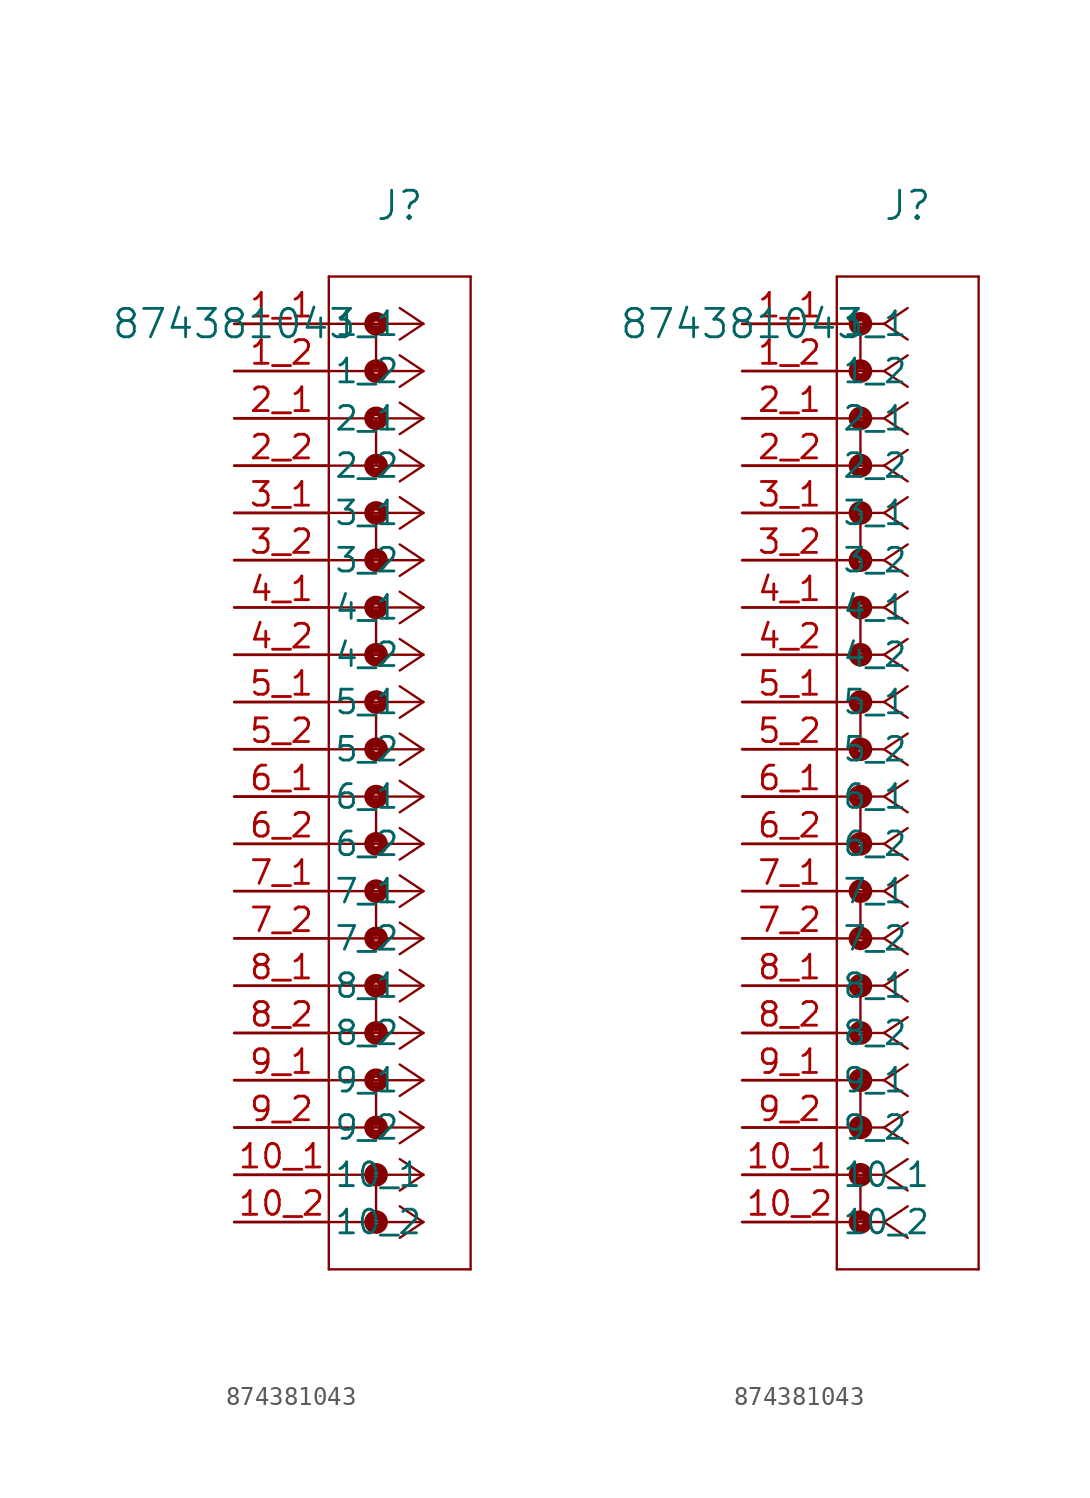
<source format=kicad_sym>
(kicad_symbol_lib
  (version 20211014)
  (generator kicad_symbol_editor)
  (symbol "874381043"
    (pin_names
      (offset 0.254))
    (property "Reference" "J"
      (at 8.89 6.35 0)
      (effects (font (size 1.524 1.524))))
    (property "Value" "874381043"
      (at 0 0 0)
      (effects (font (size 1.524 1.524))))
    (symbol "874381043_1_1"
      (polyline (pts (xy 10.16 0) (xy 5.08 0)) (stroke (width 0.127) (type default) (color 0 0 0 0)) (fill (type none)))
      (polyline (pts (xy 10.16 -2.54) (xy 5.08 -2.54)) (stroke (width 0.127) (type default) (color 0 0 0 0)) (fill (type none)))
      (polyline (pts (xy 10.16 -5.08) (xy 5.08 -5.08)) (stroke (width 0.127) (type default) (color 0 0 0 0)) (fill (type none)))
      (polyline (pts (xy 10.16 -7.62) (xy 5.08 -7.62)) (stroke (width 0.127) (type default) (color 0 0 0 0)) (fill (type none)))
      (polyline (pts (xy 10.16 -10.16) (xy 5.08 -10.16)) (stroke (width 0.127) (type default) (color 0 0 0 0)) (fill (type none)))
      (polyline (pts (xy 10.16 -12.7) (xy 5.08 -12.7)) (stroke (width 0.127) (type default) (color 0 0 0 0)) (fill (type none)))
      (polyline (pts (xy 10.16 -15.24) (xy 5.08 -15.24)) (stroke (width 0.127) (type default) (color 0 0 0 0)) (fill (type none)))
      (polyline (pts (xy 10.16 -17.78) (xy 5.08 -17.78)) (stroke (width 0.127) (type default) (color 0 0 0 0)) (fill (type none)))
      (polyline (pts (xy 10.16 -20.32) (xy 5.08 -20.32)) (stroke (width 0.127) (type default) (color 0 0 0 0)) (fill (type none)))
      (polyline (pts (xy 10.16 -22.86) (xy 5.08 -22.86)) (stroke (width 0.127) (type default) (color 0 0 0 0)) (fill (type none)))
      (polyline (pts (xy 10.16 -25.4) (xy 5.08 -25.4)) (stroke (width 0.127) (type default) (color 0 0 0 0)) (fill (type none)))
      (polyline (pts (xy 10.16 -27.94) (xy 5.08 -27.94)) (stroke (width 0.127) (type default) (color 0 0 0 0)) (fill (type none)))
      (polyline (pts (xy 10.16 -30.48) (xy 5.08 -30.48)) (stroke (width 0.127) (type default) (color 0 0 0 0)) (fill (type none)))
      (polyline (pts (xy 10.16 -33.02) (xy 5.08 -33.02)) (stroke (width 0.127) (type default) (color 0 0 0 0)) (fill (type none)))
      (polyline (pts (xy 10.16 -35.56) (xy 5.08 -35.56)) (stroke (width 0.127) (type default) (color 0 0 0 0)) (fill (type none)))
      (polyline (pts (xy 10.16 -38.1) (xy 5.08 -38.1)) (stroke (width 0.127) (type default) (color 0 0 0 0)) (fill (type none)))
      (polyline (pts (xy 10.16 -40.64) (xy 5.08 -40.64)) (stroke (width 0.127) (type default) (color 0 0 0 0)) (fill (type none)))
      (polyline (pts (xy 10.16 -43.18) (xy 5.08 -43.18)) (stroke (width 0.127) (type default) (color 0 0 0 0)) (fill (type none)))
      (polyline (pts (xy 10.16 -45.72) (xy 5.08 -45.72)) (stroke (width 0.127) (type default) (color 0 0 0 0)) (fill (type none)))
      (polyline (pts (xy 10.16 -48.26) (xy 5.08 -48.26)) (stroke (width 0.127) (type default) (color 0 0 0 0)) (fill (type none)))
      (polyline (pts (xy 10.16 0) (xy 8.89 0.847)) (stroke (width 0.127) (type default) (color 0 0 0 0)) (fill (type none)))
      (polyline (pts (xy 10.16 -2.54) (xy 8.89 -1.693)) (stroke (width 0.127) (type default) (color 0 0 0 0)) (fill (type none)))
      (polyline (pts (xy 10.16 -5.08) (xy 8.89 -4.233)) (stroke (width 0.127) (type default) (color 0 0 0 0)) (fill (type none)))
      (polyline (pts (xy 10.16 -7.62) (xy 8.89 -6.773)) (stroke (width 0.127) (type default) (color 0 0 0 0)) (fill (type none)))
      (polyline (pts (xy 10.16 -10.16) (xy 8.89 -9.313)) (stroke (width 0.127) (type default) (color 0 0 0 0)) (fill (type none)))
      (polyline (pts (xy 10.16 -12.7) (xy 8.89 -11.853)) (stroke (width 0.127) (type default) (color 0 0 0 0)) (fill (type none)))
      (polyline (pts (xy 10.16 -15.24) (xy 8.89 -14.393)) (stroke (width 0.127) (type default) (color 0 0 0 0)) (fill (type none)))
      (polyline (pts (xy 10.16 -17.78) (xy 8.89 -16.933)) (stroke (width 0.127) (type default) (color 0 0 0 0)) (fill (type none)))
      (polyline (pts (xy 10.16 -20.32) (xy 8.89 -19.473)) (stroke (width 0.127) (type default) (color 0 0 0 0)) (fill (type none)))
      (polyline (pts (xy 10.16 -22.86) (xy 8.89 -22.013)) (stroke (width 0.127) (type default) (color 0 0 0 0)) (fill (type none)))
      (polyline (pts (xy 10.16 -25.4) (xy 8.89 -24.553)) (stroke (width 0.127) (type default) (color 0 0 0 0)) (fill (type none)))
      (polyline (pts (xy 10.16 -27.94) (xy 8.89 -27.093)) (stroke (width 0.127) (type default) (color 0 0 0 0)) (fill (type none)))
      (polyline (pts (xy 10.16 -30.48) (xy 8.89 -29.633)) (stroke (width 0.127) (type default) (color 0 0 0 0)) (fill (type none)))
      (polyline (pts (xy 10.16 -33.02) (xy 8.89 -32.173)) (stroke (width 0.127) (type default) (color 0 0 0 0)) (fill (type none)))
      (polyline (pts (xy 10.16 -35.56) (xy 8.89 -34.713)) (stroke (width 0.127) (type default) (color 0 0 0 0)) (fill (type none)))
      (polyline (pts (xy 10.16 -38.1) (xy 8.89 -37.253)) (stroke (width 0.127) (type default) (color 0 0 0 0)) (fill (type none)))
      (polyline (pts (xy 10.16 -40.64) (xy 8.89 -39.793)) (stroke (width 0.127) (type default) (color 0 0 0 0)) (fill (type none)))
      (polyline (pts (xy 10.16 -43.18) (xy 8.89 -42.333)) (stroke (width 0.127) (type default) (color 0 0 0 0)) (fill (type none)))
      (polyline (pts (xy 10.16 -45.72) (xy 8.89 -44.873)) (stroke (width 0.127) (type default) (color 0 0 0 0)) (fill (type none)))
      (polyline (pts (xy 10.16 -48.26) (xy 8.89 -47.413)) (stroke (width 0.127) (type default) (color 0 0 0 0)) (fill (type none)))
      (polyline (pts (xy 10.16 0) (xy 8.89 -0.847)) (stroke (width 0.127) (type default) (color 0 0 0 0)) (fill (type none)))
      (polyline (pts (xy 10.16 -2.54) (xy 8.89 -3.387)) (stroke (width 0.127) (type default) (color 0 0 0 0)) (fill (type none)))
      (polyline (pts (xy 10.16 -5.08) (xy 8.89 -5.927)) (stroke (width 0.127) (type default) (color 0 0 0 0)) (fill (type none)))
      (polyline (pts (xy 10.16 -7.62) (xy 8.89 -8.467)) (stroke (width 0.127) (type default) (color 0 0 0 0)) (fill (type none)))
      (polyline (pts (xy 10.16 -10.16) (xy 8.89 -11.007)) (stroke (width 0.127) (type default) (color 0 0 0 0)) (fill (type none)))
      (polyline (pts (xy 10.16 -12.7) (xy 8.89 -13.547)) (stroke (width 0.127) (type default) (color 0 0 0 0)) (fill (type none)))
      (polyline (pts (xy 10.16 -15.24) (xy 8.89 -16.087)) (stroke (width 0.127) (type default) (color 0 0 0 0)) (fill (type none)))
      (polyline (pts (xy 10.16 -17.78) (xy 8.89 -18.627)) (stroke (width 0.127) (type default) (color 0 0 0 0)) (fill (type none)))
      (polyline (pts (xy 10.16 -20.32) (xy 8.89 -21.167)) (stroke (width 0.127) (type default) (color 0 0 0 0)) (fill (type none)))
      (polyline (pts (xy 10.16 -22.86) (xy 8.89 -23.707)) (stroke (width 0.127) (type default) (color 0 0 0 0)) (fill (type none)))
      (polyline (pts (xy 10.16 -25.4) (xy 8.89 -26.247)) (stroke (width 0.127) (type default) (color 0 0 0 0)) (fill (type none)))
      (polyline (pts (xy 10.16 -27.94) (xy 8.89 -28.787)) (stroke (width 0.127) (type default) (color 0 0 0 0)) (fill (type none)))
      (polyline (pts (xy 10.16 -30.48) (xy 8.89 -31.327)) (stroke (width 0.127) (type default) (color 0 0 0 0)) (fill (type none)))
      (polyline (pts (xy 10.16 -33.02) (xy 8.89 -33.867)) (stroke (width 0.127) (type default) (color 0 0 0 0)) (fill (type none)))
      (polyline (pts (xy 10.16 -35.56) (xy 8.89 -36.407)) (stroke (width 0.127) (type default) (color 0 0 0 0)) (fill (type none)))
      (polyline (pts (xy 10.16 -38.1) (xy 8.89 -38.947)) (stroke (width 0.127) (type default) (color 0 0 0 0)) (fill (type none)))
      (polyline (pts (xy 10.16 -40.64) (xy 8.89 -41.487)) (stroke (width 0.127) (type default) (color 0 0 0 0)) (fill (type none)))
      (polyline (pts (xy 10.16 -43.18) (xy 8.89 -44.027)) (stroke (width 0.127) (type default) (color 0 0 0 0)) (fill (type none)))
      (polyline (pts (xy 10.16 -45.72) (xy 8.89 -46.567)) (stroke (width 0.127) (type default) (color 0 0 0 0)) (fill (type none)))
      (polyline (pts (xy 10.16 -48.26) (xy 8.89 -49.107)) (stroke (width 0.127) (type default) (color 0 0 0 0)) (fill (type none)))
      (polyline (pts (xy 5.08 2.54) (xy 5.08 -50.8)) (stroke (width 0.127) (type default) (color 0 0 0 0)) (fill (type none)))
      (polyline (pts (xy 5.08 -50.8) (xy 12.7 -50.8)) (stroke (width 0.127) (type default) (color 0 0 0 0)) (fill (type none)))
      (polyline (pts (xy 12.7 -50.8) (xy 12.7 2.54)) (stroke (width 0.127) (type default) (color 0 0 0 0)) (fill (type none)))
      (polyline (pts (xy 12.7 2.54) (xy 5.08 2.54)) (stroke (width 0.127) (type default) (color 0 0 0 0)) (fill (type none)))
      (circle (center 7.62 0) (radius 0.127) (stroke (width 0.508) (type default) (color 0 0 0 0)) (fill (type none)))
      (polyline (pts (xy 7.62 0) (xy 7.62 -2.54)) (stroke (width 0.127) (type default) (color 0 0 0 0)) (fill (type none)))
      (circle (center 7.62 -2.54) (radius 0.127) (stroke (width 0.508) (type default) (color 0 0 0 0)) (fill (type none)))
      (circle (center 7.62 -5.08) (radius 0.127) (stroke (width 0.508) (type default) (color 0 0 0 0)) (fill (type none)))
      (polyline (pts (xy 7.62 -5.08) (xy 7.62 -7.62)) (stroke (width 0.127) (type default) (color 0 0 0 0)) (fill (type none)))
      (circle (center 7.62 -7.62) (radius 0.127) (stroke (width 0.508) (type default) (color 0 0 0 0)) (fill (type none)))
      (circle (center 7.62 -10.16) (radius 0.127) (stroke (width 0.508) (type default) (color 0 0 0 0)) (fill (type none)))
      (polyline (pts (xy 7.62 -10.16) (xy 7.62 -12.7)) (stroke (width 0.127) (type default) (color 0 0 0 0)) (fill (type none)))
      (circle (center 7.62 -12.7) (radius 0.127) (stroke (width 0.508) (type default) (color 0 0 0 0)) (fill (type none)))
      (circle (center 7.62 -15.24) (radius 0.127) (stroke (width 0.508) (type default) (color 0 0 0 0)) (fill (type none)))
      (polyline (pts (xy 7.62 -15.24) (xy 7.62 -17.78)) (stroke (width 0.127) (type default) (color 0 0 0 0)) (fill (type none)))
      (circle (center 7.62 -17.78) (radius 0.127) (stroke (width 0.508) (type default) (color 0 0 0 0)) (fill (type none)))
      (circle (center 7.62 -20.32) (radius 0.127) (stroke (width 0.508) (type default) (color 0 0 0 0)) (fill (type none)))
      (polyline (pts (xy 7.62 -20.32) (xy 7.62 -22.86)) (stroke (width 0.127) (type default) (color 0 0 0 0)) (fill (type none)))
      (circle (center 7.62 -22.86) (radius 0.127) (stroke (width 0.508) (type default) (color 0 0 0 0)) (fill (type none)))
      (circle (center 7.62 -25.4) (radius 0.127) (stroke (width 0.508) (type default) (color 0 0 0 0)) (fill (type none)))
      (polyline (pts (xy 7.62 -25.4) (xy 7.62 -27.94)) (stroke (width 0.127) (type default) (color 0 0 0 0)) (fill (type none)))
      (circle (center 7.62 -27.94) (radius 0.127) (stroke (width 0.508) (type default) (color 0 0 0 0)) (fill (type none)))
      (circle (center 7.62 -30.48) (radius 0.127) (stroke (width 0.508) (type default) (color 0 0 0 0)) (fill (type none)))
      (polyline (pts (xy 7.62 -30.48) (xy 7.62 -33.02)) (stroke (width 0.127) (type default) (color 0 0 0 0)) (fill (type none)))
      (circle (center 7.62 -33.02) (radius 0.127) (stroke (width 0.508) (type default) (color 0 0 0 0)) (fill (type none)))
      (circle (center 7.62 -35.56) (radius 0.127) (stroke (width 0.508) (type default) (color 0 0 0 0)) (fill (type none)))
      (polyline (pts (xy 7.62 -35.56) (xy 7.62 -38.1)) (stroke (width 0.127) (type default) (color 0 0 0 0)) (fill (type none)))
      (circle (center 7.62 -38.1) (radius 0.127) (stroke (width 0.508) (type default) (color 0 0 0 0)) (fill (type none)))
      (circle (center 7.62 -40.64) (radius 0.127) (stroke (width 0.508) (type default) (color 0 0 0 0)) (fill (type none)))
      (polyline (pts (xy 7.62 -40.64) (xy 7.62 -43.18)) (stroke (width 0.127) (type default) (color 0 0 0 0)) (fill (type none)))
      (circle (center 7.62 -43.18) (radius 0.127) (stroke (width 0.508) (type default) (color 0 0 0 0)) (fill (type none)))
      (circle (center 7.62 -45.72) (radius 0.127) (stroke (width 0.508) (type default) (color 0 0 0 0)) (fill (type none)))
      (polyline (pts (xy 7.62 -45.72) (xy 7.62 -48.26)) (stroke (width 0.127) (type default) (color 0 0 0 0)) (fill (type none)))
      (circle (center 7.62 -48.26) (radius 0.127) (stroke (width 0.508) (type default) (color 0 0 0 0)) (fill (type none)))
      (pin unspecified line (at 0 0 0) (length 5.08) (name "1_1" (effects (font (size 1.27 1.27)))) (number "1_1" (effects (font (size 1.27 1.27)))))
      (pin unspecified line (at 0 -2.54 0) (length 5.08) (name "1_2" (effects (font (size 1.27 1.27)))) (number "1_2" (effects (font (size 1.27 1.27)))))
      (pin unspecified line (at 0 -5.08 0) (length 5.08) (name "2_1" (effects (font (size 1.27 1.27)))) (number "2_1" (effects (font (size 1.27 1.27)))))
      (pin unspecified line (at 0 -7.62 0) (length 5.08) (name "2_2" (effects (font (size 1.27 1.27)))) (number "2_2" (effects (font (size 1.27 1.27)))))
      (pin unspecified line (at 0 -10.16 0) (length 5.08) (name "3_1" (effects (font (size 1.27 1.27)))) (number "3_1" (effects (font (size 1.27 1.27)))))
      (pin unspecified line (at 0 -12.7 0) (length 5.08) (name "3_2" (effects (font (size 1.27 1.27)))) (number "3_2" (effects (font (size 1.27 1.27)))))
      (pin unspecified line (at 0 -15.24 0) (length 5.08) (name "4_1" (effects (font (size 1.27 1.27)))) (number "4_1" (effects (font (size 1.27 1.27)))))
      (pin unspecified line (at 0 -17.78 0) (length 5.08) (name "4_2" (effects (font (size 1.27 1.27)))) (number "4_2" (effects (font (size 1.27 1.27)))))
      (pin unspecified line (at 0 -20.32 0) (length 5.08) (name "5_1" (effects (font (size 1.27 1.27)))) (number "5_1" (effects (font (size 1.27 1.27)))))
      (pin unspecified line (at 0 -22.86 0) (length 5.08) (name "5_2" (effects (font (size 1.27 1.27)))) (number "5_2" (effects (font (size 1.27 1.27)))))
      (pin unspecified line (at 0 -25.4 0) (length 5.08) (name "6_1" (effects (font (size 1.27 1.27)))) (number "6_1" (effects (font (size 1.27 1.27)))))
      (pin unspecified line (at 0 -27.94 0) (length 5.08) (name "6_2" (effects (font (size 1.27 1.27)))) (number "6_2" (effects (font (size 1.27 1.27)))))
      (pin unspecified line (at 0 -30.48 0) (length 5.08) (name "7_1" (effects (font (size 1.27 1.27)))) (number "7_1" (effects (font (size 1.27 1.27)))))
      (pin unspecified line (at 0 -33.02 0) (length 5.08) (name "7_2" (effects (font (size 1.27 1.27)))) (number "7_2" (effects (font (size 1.27 1.27)))))
      (pin unspecified line (at 0 -35.56 0) (length 5.08) (name "8_1" (effects (font (size 1.27 1.27)))) (number "8_1" (effects (font (size 1.27 1.27)))))
      (pin unspecified line (at 0 -38.1 0) (length 5.08) (name "8_2" (effects (font (size 1.27 1.27)))) (number "8_2" (effects (font (size 1.27 1.27)))))
      (pin unspecified line (at 0 -40.64 0) (length 5.08) (name "9_1" (effects (font (size 1.27 1.27)))) (number "9_1" (effects (font (size 1.27 1.27)))))
      (pin unspecified line (at 0 -43.18 0) (length 5.08) (name "9_2" (effects (font (size 1.27 1.27)))) (number "9_2" (effects (font (size 1.27 1.27)))))
      (pin unspecified line (at 0 -45.72 0) (length 5.08) (name "10_1" (effects (font (size 1.27 1.27)))) (number "10_1" (effects (font (size 1.27 1.27)))))
      (pin unspecified line (at 0 -48.26 0) (length 5.08) (name "10_2" (effects (font (size 1.27 1.27)))) (number "10_2" (effects (font (size 1.27 1.27))))))
    (symbol "874381043_1_2"
      (polyline (pts (xy 7.62 0) (xy 5.08 0)) (stroke (width 0.127) (type default) (color 0 0 0 0)) (fill (type none)))
      (polyline (pts (xy 7.62 -2.54) (xy 5.08 -2.54)) (stroke (width 0.127) (type default) (color 0 0 0 0)) (fill (type none)))
      (polyline (pts (xy 7.62 -5.08) (xy 5.08 -5.08)) (stroke (width 0.127) (type default) (color 0 0 0 0)) (fill (type none)))
      (polyline (pts (xy 7.62 -7.62) (xy 5.08 -7.62)) (stroke (width 0.127) (type default) (color 0 0 0 0)) (fill (type none)))
      (polyline (pts (xy 7.62 -10.16) (xy 5.08 -10.16)) (stroke (width 0.127) (type default) (color 0 0 0 0)) (fill (type none)))
      (polyline (pts (xy 7.62 -12.7) (xy 5.08 -12.7)) (stroke (width 0.127) (type default) (color 0 0 0 0)) (fill (type none)))
      (polyline (pts (xy 7.62 -15.24) (xy 5.08 -15.24)) (stroke (width 0.127) (type default) (color 0 0 0 0)) (fill (type none)))
      (polyline (pts (xy 7.62 -17.78) (xy 5.08 -17.78)) (stroke (width 0.127) (type default) (color 0 0 0 0)) (fill (type none)))
      (polyline (pts (xy 7.62 -20.32) (xy 5.08 -20.32)) (stroke (width 0.127) (type default) (color 0 0 0 0)) (fill (type none)))
      (polyline (pts (xy 7.62 -22.86) (xy 5.08 -22.86)) (stroke (width 0.127) (type default) (color 0 0 0 0)) (fill (type none)))
      (polyline (pts (xy 7.62 -25.4) (xy 5.08 -25.4)) (stroke (width 0.127) (type default) (color 0 0 0 0)) (fill (type none)))
      (polyline (pts (xy 7.62 -27.94) (xy 5.08 -27.94)) (stroke (width 0.127) (type default) (color 0 0 0 0)) (fill (type none)))
      (polyline (pts (xy 7.62 -30.48) (xy 5.08 -30.48)) (stroke (width 0.127) (type default) (color 0 0 0 0)) (fill (type none)))
      (polyline (pts (xy 7.62 -33.02) (xy 5.08 -33.02)) (stroke (width 0.127) (type default) (color 0 0 0 0)) (fill (type none)))
      (polyline (pts (xy 7.62 -35.56) (xy 5.08 -35.56)) (stroke (width 0.127) (type default) (color 0 0 0 0)) (fill (type none)))
      (polyline (pts (xy 7.62 -38.1) (xy 5.08 -38.1)) (stroke (width 0.127) (type default) (color 0 0 0 0)) (fill (type none)))
      (polyline (pts (xy 7.62 -40.64) (xy 5.08 -40.64)) (stroke (width 0.127) (type default) (color 0 0 0 0)) (fill (type none)))
      (polyline (pts (xy 7.62 -43.18) (xy 5.08 -43.18)) (stroke (width 0.127) (type default) (color 0 0 0 0)) (fill (type none)))
      (polyline (pts (xy 7.62 -45.72) (xy 5.08 -45.72)) (stroke (width 0.127) (type default) (color 0 0 0 0)) (fill (type none)))
      (polyline (pts (xy 7.62 -48.26) (xy 5.08 -48.26)) (stroke (width 0.127) (type default) (color 0 0 0 0)) (fill (type none)))
      (polyline (pts (xy 7.62 0) (xy 8.89 0.847)) (stroke (width 0.127) (type default) (color 0 0 0 0)) (fill (type none)))
      (polyline (pts (xy 7.62 -2.54) (xy 8.89 -1.693)) (stroke (width 0.127) (type default) (color 0 0 0 0)) (fill (type none)))
      (polyline (pts (xy 7.62 -5.08) (xy 8.89 -4.233)) (stroke (width 0.127) (type default) (color 0 0 0 0)) (fill (type none)))
      (polyline (pts (xy 7.62 -7.62) (xy 8.89 -6.773)) (stroke (width 0.127) (type default) (color 0 0 0 0)) (fill (type none)))
      (polyline (pts (xy 7.62 -10.16) (xy 8.89 -9.313)) (stroke (width 0.127) (type default) (color 0 0 0 0)) (fill (type none)))
      (polyline (pts (xy 7.62 -12.7) (xy 8.89 -11.853)) (stroke (width 0.127) (type default) (color 0 0 0 0)) (fill (type none)))
      (polyline (pts (xy 7.62 -15.24) (xy 8.89 -14.393)) (stroke (width 0.127) (type default) (color 0 0 0 0)) (fill (type none)))
      (polyline (pts (xy 7.62 -17.78) (xy 8.89 -16.933)) (stroke (width 0.127) (type default) (color 0 0 0 0)) (fill (type none)))
      (polyline (pts (xy 7.62 -20.32) (xy 8.89 -19.473)) (stroke (width 0.127) (type default) (color 0 0 0 0)) (fill (type none)))
      (polyline (pts (xy 7.62 -22.86) (xy 8.89 -22.013)) (stroke (width 0.127) (type default) (color 0 0 0 0)) (fill (type none)))
      (polyline (pts (xy 7.62 -25.4) (xy 8.89 -24.553)) (stroke (width 0.127) (type default) (color 0 0 0 0)) (fill (type none)))
      (polyline (pts (xy 7.62 -27.94) (xy 8.89 -27.093)) (stroke (width 0.127) (type default) (color 0 0 0 0)) (fill (type none)))
      (polyline (pts (xy 7.62 -30.48) (xy 8.89 -29.633)) (stroke (width 0.127) (type default) (color 0 0 0 0)) (fill (type none)))
      (polyline (pts (xy 7.62 -33.02) (xy 8.89 -32.173)) (stroke (width 0.127) (type default) (color 0 0 0 0)) (fill (type none)))
      (polyline (pts (xy 7.62 -35.56) (xy 8.89 -34.713)) (stroke (width 0.127) (type default) (color 0 0 0 0)) (fill (type none)))
      (polyline (pts (xy 7.62 -38.1) (xy 8.89 -37.253)) (stroke (width 0.127) (type default) (color 0 0 0 0)) (fill (type none)))
      (polyline (pts (xy 7.62 -40.64) (xy 8.89 -39.793)) (stroke (width 0.127) (type default) (color 0 0 0 0)) (fill (type none)))
      (polyline (pts (xy 7.62 -43.18) (xy 8.89 -42.333)) (stroke (width 0.127) (type default) (color 0 0 0 0)) (fill (type none)))
      (polyline (pts (xy 7.62 -45.72) (xy 8.89 -44.873)) (stroke (width 0.127) (type default) (color 0 0 0 0)) (fill (type none)))
      (polyline (pts (xy 7.62 -48.26) (xy 8.89 -47.413)) (stroke (width 0.127) (type default) (color 0 0 0 0)) (fill (type none)))
      (polyline (pts (xy 7.62 0) (xy 8.89 -0.847)) (stroke (width 0.127) (type default) (color 0 0 0 0)) (fill (type none)))
      (polyline (pts (xy 7.62 -2.54) (xy 8.89 -3.387)) (stroke (width 0.127) (type default) (color 0 0 0 0)) (fill (type none)))
      (polyline (pts (xy 7.62 -5.08) (xy 8.89 -5.927)) (stroke (width 0.127) (type default) (color 0 0 0 0)) (fill (type none)))
      (polyline (pts (xy 7.62 -7.62) (xy 8.89 -8.467)) (stroke (width 0.127) (type default) (color 0 0 0 0)) (fill (type none)))
      (polyline (pts (xy 7.62 -10.16) (xy 8.89 -11.007)) (stroke (width 0.127) (type default) (color 0 0 0 0)) (fill (type none)))
      (polyline (pts (xy 7.62 -12.7) (xy 8.89 -13.547)) (stroke (width 0.127) (type default) (color 0 0 0 0)) (fill (type none)))
      (polyline (pts (xy 7.62 -15.24) (xy 8.89 -16.087)) (stroke (width 0.127) (type default) (color 0 0 0 0)) (fill (type none)))
      (polyline (pts (xy 7.62 -17.78) (xy 8.89 -18.627)) (stroke (width 0.127) (type default) (color 0 0 0 0)) (fill (type none)))
      (polyline (pts (xy 7.62 -20.32) (xy 8.89 -21.167)) (stroke (width 0.127) (type default) (color 0 0 0 0)) (fill (type none)))
      (polyline (pts (xy 7.62 -22.86) (xy 8.89 -23.707)) (stroke (width 0.127) (type default) (color 0 0 0 0)) (fill (type none)))
      (polyline (pts (xy 7.62 -25.4) (xy 8.89 -26.247)) (stroke (width 0.127) (type default) (color 0 0 0 0)) (fill (type none)))
      (polyline (pts (xy 7.62 -27.94) (xy 8.89 -28.787)) (stroke (width 0.127) (type default) (color 0 0 0 0)) (fill (type none)))
      (polyline (pts (xy 7.62 -30.48) (xy 8.89 -31.327)) (stroke (width 0.127) (type default) (color 0 0 0 0)) (fill (type none)))
      (polyline (pts (xy 7.62 -33.02) (xy 8.89 -33.867)) (stroke (width 0.127) (type default) (color 0 0 0 0)) (fill (type none)))
      (polyline (pts (xy 7.62 -35.56) (xy 8.89 -36.407)) (stroke (width 0.127) (type default) (color 0 0 0 0)) (fill (type none)))
      (polyline (pts (xy 7.62 -38.1) (xy 8.89 -38.947)) (stroke (width 0.127) (type default) (color 0 0 0 0)) (fill (type none)))
      (polyline (pts (xy 7.62 -40.64) (xy 8.89 -41.487)) (stroke (width 0.127) (type default) (color 0 0 0 0)) (fill (type none)))
      (polyline (pts (xy 7.62 -43.18) (xy 8.89 -44.027)) (stroke (width 0.127) (type default) (color 0 0 0 0)) (fill (type none)))
      (polyline (pts (xy 7.62 -45.72) (xy 8.89 -46.567)) (stroke (width 0.127) (type default) (color 0 0 0 0)) (fill (type none)))
      (polyline (pts (xy 7.62 -48.26) (xy 8.89 -49.107)) (stroke (width 0.127) (type default) (color 0 0 0 0)) (fill (type none)))
      (polyline (pts (xy 5.08 2.54) (xy 5.08 -50.8)) (stroke (width 0.127) (type default) (color 0 0 0 0)) (fill (type none)))
      (polyline (pts (xy 5.08 -50.8) (xy 12.7 -50.8)) (stroke (width 0.127) (type default) (color 0 0 0 0)) (fill (type none)))
      (polyline (pts (xy 12.7 -50.8) (xy 12.7 2.54)) (stroke (width 0.127) (type default) (color 0 0 0 0)) (fill (type none)))
      (polyline (pts (xy 12.7 2.54) (xy 5.08 2.54)) (stroke (width 0.127) (type default) (color 0 0 0 0)) (fill (type none)))
      (circle (center 6.35 0) (radius 0.127) (stroke (width 0.508) (type default) (color 0 0 0 0)) (fill (type none)))
      (polyline (pts (xy 6.35 0) (xy 6.35 -2.54)) (stroke (width 0.127) (type default) (color 0 0 0 0)) (fill (type none)))
      (circle (center 6.35 -2.54) (radius 0.127) (stroke (width 0.508) (type default) (color 0 0 0 0)) (fill (type none)))
      (circle (center 6.35 -5.08) (radius 0.127) (stroke (width 0.508) (type default) (color 0 0 0 0)) (fill (type none)))
      (polyline (pts (xy 6.35 -5.08) (xy 6.35 -7.62)) (stroke (width 0.127) (type default) (color 0 0 0 0)) (fill (type none)))
      (circle (center 6.35 -7.62) (radius 0.127) (stroke (width 0.508) (type default) (color 0 0 0 0)) (fill (type none)))
      (circle (center 6.35 -10.16) (radius 0.127) (stroke (width 0.508) (type default) (color 0 0 0 0)) (fill (type none)))
      (polyline (pts (xy 6.35 -10.16) (xy 6.35 -12.7)) (stroke (width 0.127) (type default) (color 0 0 0 0)) (fill (type none)))
      (circle (center 6.35 -12.7) (radius 0.127) (stroke (width 0.508) (type default) (color 0 0 0 0)) (fill (type none)))
      (circle (center 6.35 -15.24) (radius 0.127) (stroke (width 0.508) (type default) (color 0 0 0 0)) (fill (type none)))
      (polyline (pts (xy 6.35 -15.24) (xy 6.35 -17.78)) (stroke (width 0.127) (type default) (color 0 0 0 0)) (fill (type none)))
      (circle (center 6.35 -17.78) (radius 0.127) (stroke (width 0.508) (type default) (color 0 0 0 0)) (fill (type none)))
      (circle (center 6.35 -20.32) (radius 0.127) (stroke (width 0.508) (type default) (color 0 0 0 0)) (fill (type none)))
      (polyline (pts (xy 6.35 -20.32) (xy 6.35 -22.86)) (stroke (width 0.127) (type default) (color 0 0 0 0)) (fill (type none)))
      (circle (center 6.35 -22.86) (radius 0.127) (stroke (width 0.508) (type default) (color 0 0 0 0)) (fill (type none)))
      (circle (center 6.35 -25.4) (radius 0.127) (stroke (width 0.508) (type default) (color 0 0 0 0)) (fill (type none)))
      (polyline (pts (xy 6.35 -25.4) (xy 6.35 -27.94)) (stroke (width 0.127) (type default) (color 0 0 0 0)) (fill (type none)))
      (circle (center 6.35 -27.94) (radius 0.127) (stroke (width 0.508) (type default) (color 0 0 0 0)) (fill (type none)))
      (circle (center 6.35 -30.48) (radius 0.127) (stroke (width 0.508) (type default) (color 0 0 0 0)) (fill (type none)))
      (polyline (pts (xy 6.35 -30.48) (xy 6.35 -33.02)) (stroke (width 0.127) (type default) (color 0 0 0 0)) (fill (type none)))
      (circle (center 6.35 -33.02) (radius 0.127) (stroke (width 0.508) (type default) (color 0 0 0 0)) (fill (type none)))
      (circle (center 6.35 -35.56) (radius 0.127) (stroke (width 0.508) (type default) (color 0 0 0 0)) (fill (type none)))
      (polyline (pts (xy 6.35 -35.56) (xy 6.35 -38.1)) (stroke (width 0.127) (type default) (color 0 0 0 0)) (fill (type none)))
      (circle (center 6.35 -38.1) (radius 0.127) (stroke (width 0.508) (type default) (color 0 0 0 0)) (fill (type none)))
      (circle (center 6.35 -40.64) (radius 0.127) (stroke (width 0.508) (type default) (color 0 0 0 0)) (fill (type none)))
      (polyline (pts (xy 6.35 -40.64) (xy 6.35 -43.18)) (stroke (width 0.127) (type default) (color 0 0 0 0)) (fill (type none)))
      (circle (center 6.35 -43.18) (radius 0.127) (stroke (width 0.508) (type default) (color 0 0 0 0)) (fill (type none)))
      (circle (center 6.35 -45.72) (radius 0.127) (stroke (width 0.508) (type default) (color 0 0 0 0)) (fill (type none)))
      (polyline (pts (xy 6.35 -45.72) (xy 6.35 -48.26)) (stroke (width 0.127) (type default) (color 0 0 0 0)) (fill (type none)))
      (circle (center 6.35 -48.26) (radius 0.127) (stroke (width 0.508) (type default) (color 0 0 0 0)) (fill (type none)))
      (pin unspecified line (at 0 0 0) (length 5.08) (name "1_1" (effects (font (size 1.27 1.27)))) (number "1_1" (effects (font (size 1.27 1.27)))))
      (pin unspecified line (at 0 -2.54 0) (length 5.08) (name "1_2" (effects (font (size 1.27 1.27)))) (number "1_2" (effects (font (size 1.27 1.27)))))
      (pin unspecified line (at 0 -5.08 0) (length 5.08) (name "2_1" (effects (font (size 1.27 1.27)))) (number "2_1" (effects (font (size 1.27 1.27)))))
      (pin unspecified line (at 0 -7.62 0) (length 5.08) (name "2_2" (effects (font (size 1.27 1.27)))) (number "2_2" (effects (font (size 1.27 1.27)))))
      (pin unspecified line (at 0 -10.16 0) (length 5.08) (name "3_1" (effects (font (size 1.27 1.27)))) (number "3_1" (effects (font (size 1.27 1.27)))))
      (pin unspecified line (at 0 -12.7 0) (length 5.08) (name "3_2" (effects (font (size 1.27 1.27)))) (number "3_2" (effects (font (size 1.27 1.27)))))
      (pin unspecified line (at 0 -15.24 0) (length 5.08) (name "4_1" (effects (font (size 1.27 1.27)))) (number "4_1" (effects (font (size 1.27 1.27)))))
      (pin unspecified line (at 0 -17.78 0) (length 5.08) (name "4_2" (effects (font (size 1.27 1.27)))) (number "4_2" (effects (font (size 1.27 1.27)))))
      (pin unspecified line (at 0 -20.32 0) (length 5.08) (name "5_1" (effects (font (size 1.27 1.27)))) (number "5_1" (effects (font (size 1.27 1.27)))))
      (pin unspecified line (at 0 -22.86 0) (length 5.08) (name "5_2" (effects (font (size 1.27 1.27)))) (number "5_2" (effects (font (size 1.27 1.27)))))
      (pin unspecified line (at 0 -25.4 0) (length 5.08) (name "6_1" (effects (font (size 1.27 1.27)))) (number "6_1" (effects (font (size 1.27 1.27)))))
      (pin unspecified line (at 0 -27.94 0) (length 5.08) (name "6_2" (effects (font (size 1.27 1.27)))) (number "6_2" (effects (font (size 1.27 1.27)))))
      (pin unspecified line (at 0 -30.48 0) (length 5.08) (name "7_1" (effects (font (size 1.27 1.27)))) (number "7_1" (effects (font (size 1.27 1.27)))))
      (pin unspecified line (at 0 -33.02 0) (length 5.08) (name "7_2" (effects (font (size 1.27 1.27)))) (number "7_2" (effects (font (size 1.27 1.27)))))
      (pin unspecified line (at 0 -35.56 0) (length 5.08) (name "8_1" (effects (font (size 1.27 1.27)))) (number "8_1" (effects (font (size 1.27 1.27)))))
      (pin unspecified line (at 0 -38.1 0) (length 5.08) (name "8_2" (effects (font (size 1.27 1.27)))) (number "8_2" (effects (font (size 1.27 1.27)))))
      (pin unspecified line (at 0 -40.64 0) (length 5.08) (name "9_1" (effects (font (size 1.27 1.27)))) (number "9_1" (effects (font (size 1.27 1.27)))))
      (pin unspecified line (at 0 -43.18 0) (length 5.08) (name "9_2" (effects (font (size 1.27 1.27)))) (number "9_2" (effects (font (size 1.27 1.27)))))
      (pin unspecified line (at 0 -45.72 0) (length 5.08) (name "10_1" (effects (font (size 1.27 1.27)))) (number "10_1" (effects (font (size 1.27 1.27)))))
      (pin unspecified line (at 0 -48.26 0) (length 5.08) (name "10_2" (effects (font (size 1.27 1.27)))) (number "10_2" (effects (font (size 1.27 1.27))))))))
</source>
